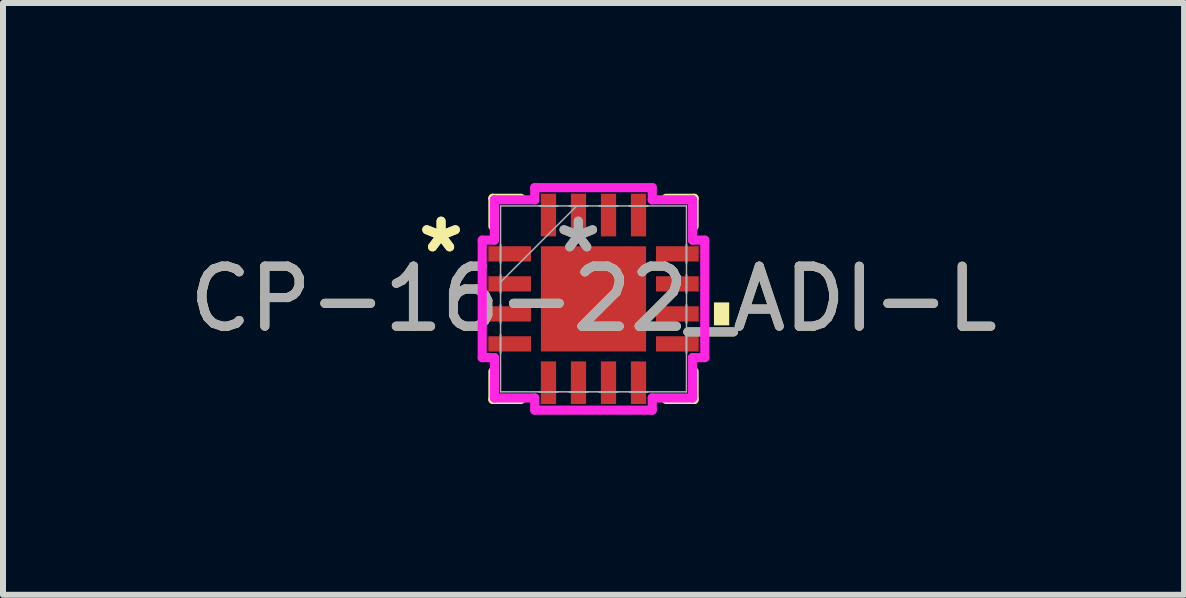
<source format=kicad_pcb>
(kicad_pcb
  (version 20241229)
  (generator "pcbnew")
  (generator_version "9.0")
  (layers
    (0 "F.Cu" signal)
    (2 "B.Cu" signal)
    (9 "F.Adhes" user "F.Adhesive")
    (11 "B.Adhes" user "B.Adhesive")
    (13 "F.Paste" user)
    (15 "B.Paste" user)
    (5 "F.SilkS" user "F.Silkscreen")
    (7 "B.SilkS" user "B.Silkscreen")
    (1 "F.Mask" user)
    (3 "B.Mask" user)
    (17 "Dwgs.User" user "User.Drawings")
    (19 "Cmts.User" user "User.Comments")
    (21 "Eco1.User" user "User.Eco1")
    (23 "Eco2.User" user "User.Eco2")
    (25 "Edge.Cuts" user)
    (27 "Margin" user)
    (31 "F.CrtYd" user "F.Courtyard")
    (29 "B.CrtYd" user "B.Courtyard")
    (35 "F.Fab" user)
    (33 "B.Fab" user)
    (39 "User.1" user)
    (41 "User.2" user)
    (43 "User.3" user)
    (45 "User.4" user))
  (footprint "CP-16-22_ADI-L"
    (layer "F.Cu")
    (at 6.839 1.93)
    (property "Reference" "CP-16-22_ADI-L" (at 0 0 0) (unlocked yes) (layer "F.SilkS") (effects (font (size 1 1) (thickness 0.15))))
    (attr smd)
    (fp_line (start -1.676 -1.676) (end -1.676 -1.21) (stroke (width 0.152) (type solid)) (layer "F.SilkS"))
    (fp_line (start -1.676 1.21) (end -1.676 1.676) (stroke (width 0.152) (type solid)) (layer "F.SilkS"))
    (fp_line (start -1.676 1.676) (end -1.21 1.676) (stroke (width 0.152) (type solid)) (layer "F.SilkS"))
    (fp_line (start -1.21 -1.676) (end -1.676 -1.676) (stroke (width 0.152) (type solid)) (layer "F.SilkS"))
    (fp_line (start 1.21 1.676) (end 1.676 1.676) (stroke (width 0.152) (type solid)) (layer "F.SilkS"))
    (fp_line (start 1.676 -1.676) (end 1.21 -1.676) (stroke (width 0.152) (type solid)) (layer "F.SilkS"))
    (fp_line (start 1.676 -1.21) (end 1.676 -1.676) (stroke (width 0.152) (type solid)) (layer "F.SilkS"))
    (fp_line (start 1.676 1.676) (end 1.676 1.21) (stroke (width 0.152) (type solid)) (layer "F.SilkS"))
    (fp_poly (pts (xy 2.261 0.059) (xy 2.261 0.441) (xy 2.007 0.441) (xy 2.007 0.059)) (stroke (width 0) (type solid)) (fill yes) (layer "F.SilkS"))
    (fp_line (start -1.854 -0.979) (end -1.651 -0.979) (stroke (width 0.152) (type solid)) (layer "F.CrtYd"))
    (fp_line (start -1.854 0.979) (end -1.854 -0.979) (stroke (width 0.152) (type solid)) (layer "F.CrtYd"))
    (fp_line (start -1.651 -1.651) (end -0.979 -1.651) (stroke (width 0.152) (type solid)) (layer "F.CrtYd"))
    (fp_line (start -1.651 -0.979) (end -1.651 -1.651) (stroke (width 0.152) (type solid)) (layer "F.CrtYd"))
    (fp_line (start -1.651 0.979) (end -1.854 0.979) (stroke (width 0.152) (type solid)) (layer "F.CrtYd"))
    (fp_line (start -1.651 1.651) (end -1.651 0.979) (stroke (width 0.152) (type solid)) (layer "F.CrtYd"))
    (fp_line (start -0.979 -1.854) (end 0.979 -1.854) (stroke (width 0.152) (type solid)) (layer "F.CrtYd"))
    (fp_line (start -0.979 -1.651) (end -0.979 -1.854) (stroke (width 0.152) (type solid)) (layer "F.CrtYd"))
    (fp_line (start -0.979 1.651) (end -1.651 1.651) (stroke (width 0.152) (type solid)) (layer "F.CrtYd"))
    (fp_line (start -0.979 1.854) (end -0.979 1.651) (stroke (width 0.152) (type solid)) (layer "F.CrtYd"))
    (fp_line (start 0.979 -1.854) (end 0.979 -1.651) (stroke (width 0.152) (type solid)) (layer "F.CrtYd"))
    (fp_line (start 0.979 -1.651) (end 1.651 -1.651) (stroke (width 0.152) (type solid)) (layer "F.CrtYd"))
    (fp_line (start 0.979 1.651) (end 0.979 1.854) (stroke (width 0.152) (type solid)) (layer "F.CrtYd"))
    (fp_line (start 0.979 1.854) (end -0.979 1.854) (stroke (width 0.152) (type solid)) (layer "F.CrtYd"))
    (fp_line (start 1.651 -1.651) (end 1.651 -0.979) (stroke (width 0.152) (type solid)) (layer "F.CrtYd"))
    (fp_line (start 1.651 -0.979) (end 1.854 -0.979) (stroke (width 0.152) (type solid)) (layer "F.CrtYd"))
    (fp_line (start 1.651 0.979) (end 1.651 1.651) (stroke (width 0.152) (type solid)) (layer "F.CrtYd"))
    (fp_line (start 1.651 1.651) (end 0.979 1.651) (stroke (width 0.152) (type solid)) (layer "F.CrtYd"))
    (fp_line (start 1.854 -0.979) (end 1.854 0.979) (stroke (width 0.152) (type solid)) (layer "F.CrtYd"))
    (fp_line (start 1.854 0.979) (end 1.651 0.979) (stroke (width 0.152) (type solid)) (layer "F.CrtYd"))
    (fp_line (start -1.549 -1.549) (end -1.549 1.549) (stroke (width 0.025) (type solid)) (layer "F.Fab"))
    (fp_line (start -1.549 -0.902) (end -1.549 -0.902) (stroke (width 0.025) (type solid)) (layer "F.Fab"))
    (fp_line (start -1.549 -0.902) (end -1.549 -0.598) (stroke (width 0.025) (type solid)) (layer "F.Fab"))
    (fp_line (start -1.549 -0.598) (end -1.549 -0.902) (stroke (width 0.025) (type solid)) (layer "F.Fab"))
    (fp_line (start -1.549 -0.598) (end -1.549 -0.598) (stroke (width 0.025) (type solid)) (layer "F.Fab"))
    (fp_line (start -1.549 -0.402) (end -1.549 -0.402) (stroke (width 0.025) (type solid)) (layer "F.Fab"))
    (fp_line (start -1.549 -0.402) (end -1.549 -0.098) (stroke (width 0.025) (type solid)) (layer "F.Fab"))
    (fp_line (start -1.549 -0.279) (end -0.279 -1.549) (stroke (width 0.025) (type solid)) (layer "F.Fab"))
    (fp_line (start -1.549 -0.098) (end -1.549 -0.402) (stroke (width 0.025) (type solid)) (layer "F.Fab"))
    (fp_line (start -1.549 -0.098) (end -1.549 -0.098) (stroke (width 0.025) (type solid)) (layer "F.Fab"))
    (fp_line (start -1.549 0.098) (end -1.549 0.098) (stroke (width 0.025) (type solid)) (layer "F.Fab"))
    (fp_line (start -1.549 0.098) (end -1.549 0.402) (stroke (width 0.025) (type solid)) (layer "F.Fab"))
    (fp_line (start -1.549 0.402) (end -1.549 0.098) (stroke (width 0.025) (type solid)) (layer "F.Fab"))
    (fp_line (start -1.549 0.402) (end -1.549 0.402) (stroke (width 0.025) (type solid)) (layer "F.Fab"))
    (fp_line (start -1.549 0.598) (end -1.549 0.598) (stroke (width 0.025) (type solid)) (layer "F.Fab"))
    (fp_line (start -1.549 0.598) (end -1.549 0.902) (stroke (width 0.025) (type solid)) (layer "F.Fab"))
    (fp_line (start -1.549 0.902) (end -1.549 0.598) (stroke (width 0.025) (type solid)) (layer "F.Fab"))
    (fp_line (start -1.549 0.902) (end -1.549 0.902) (stroke (width 0.025) (type solid)) (layer "F.Fab"))
    (fp_line (start -1.549 1.549) (end 1.549 1.549) (stroke (width 0.025) (type solid)) (layer "F.Fab"))
    (fp_line (start -0.902 -1.549) (end -0.902 -1.549) (stroke (width 0.025) (type solid)) (layer "F.Fab"))
    (fp_line (start -0.902 -1.549) (end -0.598 -1.549) (stroke (width 0.025) (type solid)) (layer "F.Fab"))
    (fp_line (start -0.902 1.549) (end -0.902 1.549) (stroke (width 0.025) (type solid)) (layer "F.Fab"))
    (fp_line (start -0.902 1.549) (end -0.598 1.549) (stroke (width 0.025) (type solid)) (layer "F.Fab"))
    (fp_line (start -0.598 -1.549) (end -0.902 -1.549) (stroke (width 0.025) (type solid)) (layer "F.Fab"))
    (fp_line (start -0.598 -1.549) (end -0.598 -1.549) (stroke (width 0.025) (type solid)) (layer "F.Fab"))
    (fp_line (start -0.598 1.549) (end -0.902 1.549) (stroke (width 0.025) (type solid)) (layer "F.Fab"))
    (fp_line (start -0.598 1.549) (end -0.598 1.549) (stroke (width 0.025) (type solid)) (layer "F.Fab"))
    (fp_line (start -0.402 -1.549) (end -0.402 -1.549) (stroke (width 0.025) (type solid)) (layer "F.Fab"))
    (fp_line (start -0.402 -1.549) (end -0.098 -1.549) (stroke (width 0.025) (type solid)) (layer "F.Fab"))
    (fp_line (start -0.402 1.549) (end -0.402 1.549) (stroke (width 0.025) (type solid)) (layer "F.Fab"))
    (fp_line (start -0.402 1.549) (end -0.098 1.549) (stroke (width 0.025) (type solid)) (layer "F.Fab"))
    (fp_line (start -0.098 -1.549) (end -0.402 -1.549) (stroke (width 0.025) (type solid)) (layer "F.Fab"))
    (fp_line (start -0.098 -1.549) (end -0.098 -1.549) (stroke (width 0.025) (type solid)) (layer "F.Fab"))
    (fp_line (start -0.098 1.549) (end -0.402 1.549) (stroke (width 0.025) (type solid)) (layer "F.Fab"))
    (fp_line (start -0.098 1.549) (end -0.098 1.549) (stroke (width 0.025) (type solid)) (layer "F.Fab"))
    (fp_line (start 0.098 -1.549) (end 0.098 -1.549) (stroke (width 0.025) (type solid)) (layer "F.Fab"))
    (fp_line (start 0.098 -1.549) (end 0.402 -1.549) (stroke (width 0.025) (type solid)) (layer "F.Fab"))
    (fp_line (start 0.098 1.549) (end 0.098 1.549) (stroke (width 0.025) (type solid)) (layer "F.Fab"))
    (fp_line (start 0.098 1.549) (end 0.402 1.549) (stroke (width 0.025) (type solid)) (layer "F.Fab"))
    (fp_line (start 0.402 -1.549) (end 0.098 -1.549) (stroke (width 0.025) (type solid)) (layer "F.Fab"))
    (fp_line (start 0.402 -1.549) (end 0.402 -1.549) (stroke (width 0.025) (type solid)) (layer "F.Fab"))
    (fp_line (start 0.402 1.549) (end 0.098 1.549) (stroke (width 0.025) (type solid)) (layer "F.Fab"))
    (fp_line (start 0.402 1.549) (end 0.402 1.549) (stroke (width 0.025) (type solid)) (layer "F.Fab"))
    (fp_line (start 0.598 -1.549) (end 0.598 -1.549) (stroke (width 0.025) (type solid)) (layer "F.Fab"))
    (fp_line (start 0.598 -1.549) (end 0.902 -1.549) (stroke (width 0.025) (type solid)) (layer "F.Fab"))
    (fp_line (start 0.598 1.549) (end 0.598 1.549) (stroke (width 0.025) (type solid)) (layer "F.Fab"))
    (fp_line (start 0.598 1.549) (end 0.902 1.549) (stroke (width 0.025) (type solid)) (layer "F.Fab"))
    (fp_line (start 0.902 -1.549) (end 0.598 -1.549) (stroke (width 0.025) (type solid)) (layer "F.Fab"))
    (fp_line (start 0.902 -1.549) (end 0.902 -1.549) (stroke (width 0.025) (type solid)) (layer "F.Fab"))
    (fp_line (start 0.902 1.549) (end 0.598 1.549) (stroke (width 0.025) (type solid)) (layer "F.Fab"))
    (fp_line (start 0.902 1.549) (end 0.902 1.549) (stroke (width 0.025) (type solid)) (layer "F.Fab"))
    (fp_line (start 1.549 -1.549) (end -1.549 -1.549) (stroke (width 0.025) (type solid)) (layer "F.Fab"))
    (fp_line (start 1.549 -0.902) (end 1.549 -0.902) (stroke (width 0.025) (type solid)) (layer "F.Fab"))
    (fp_line (start 1.549 -0.902) (end 1.549 -0.598) (stroke (width 0.025) (type solid)) (layer "F.Fab"))
    (fp_line (start 1.549 -0.598) (end 1.549 -0.902) (stroke (width 0.025) (type solid)) (layer "F.Fab"))
    (fp_line (start 1.549 -0.598) (end 1.549 -0.598) (stroke (width 0.025) (type solid)) (layer "F.Fab"))
    (fp_line (start 1.549 -0.402) (end 1.549 -0.402) (stroke (width 0.025) (type solid)) (layer "F.Fab"))
    (fp_line (start 1.549 -0.402) (end 1.549 -0.098) (stroke (width 0.025) (type solid)) (layer "F.Fab"))
    (fp_line (start 1.549 -0.098) (end 1.549 -0.402) (stroke (width 0.025) (type solid)) (layer "F.Fab"))
    (fp_line (start 1.549 -0.098) (end 1.549 -0.098) (stroke (width 0.025) (type solid)) (layer "F.Fab"))
    (fp_line (start 1.549 0.098) (end 1.549 0.098) (stroke (width 0.025) (type solid)) (layer "F.Fab"))
    (fp_line (start 1.549 0.098) (end 1.549 0.402) (stroke (width 0.025) (type solid)) (layer "F.Fab"))
    (fp_line (start 1.549 0.402) (end 1.549 0.098) (stroke (width 0.025) (type solid)) (layer "F.Fab"))
    (fp_line (start 1.549 0.402) (end 1.549 0.402) (stroke (width 0.025) (type solid)) (layer "F.Fab"))
    (fp_line (start 1.549 0.598) (end 1.549 0.598) (stroke (width 0.025) (type solid)) (layer "F.Fab"))
    (fp_line (start 1.549 0.598) (end 1.549 0.902) (stroke (width 0.025) (type solid)) (layer "F.Fab"))
    (fp_line (start 1.549 0.902) (end 1.549 0.598) (stroke (width 0.025) (type solid)) (layer "F.Fab"))
    (fp_line (start 1.549 0.902) (end 1.549 0.902) (stroke (width 0.025) (type solid)) (layer "F.Fab"))
    (fp_line (start 1.549 1.549) (end 1.549 -1.549) (stroke (width 0.025) (type solid)) (layer "F.Fab"))
    (fp_text user "*" (at -2.54 -0.75 0) (layer "F.SilkS") (effects (font (size 1 1) (thickness 0.15))))
    (fp_text user "*" (at -2.54 -0.75 0) (unlocked yes) (layer "F.SilkS") (effects (font (size 1 1) (thickness 0.15))))
    (fp_text user "*" (at -0.254 -0.75 0) (unlocked yes) (layer "F.Fab") (effects (font (size 1 1) (thickness 0.15))))
    (fp_text user "*" (at -0.254 -0.75 0) (layer "F.Fab") (effects (font (size 1 1) (thickness 0.15))))
    (fp_text user "${REFERENCE}" (at 0 0 0) (unlocked yes) (layer "F.Fab") (effects (font (size 1 1) (thickness 0.15))))
    (pad "1" smd rect (at -1.397 -0.75 90) (size 0.254 0.711) (layers "F.Cu" "F.Mask" "F.Paste"))
    (pad "2" smd rect (at -1.397 -0.25 90) (size 0.254 0.711) (layers "F.Cu" "F.Mask" "F.Paste"))
    (pad "3" smd rect (at -1.397 0.25 90) (size 0.254 0.711) (layers "F.Cu" "F.Mask" "F.Paste"))
    (pad "4" smd rect (at -1.397 0.75 90) (size 0.254 0.711) (layers "F.Cu" "F.Mask" "F.Paste"))
    (pad "5" smd rect (at -0.75 1.397) (size 0.254 0.711) (layers "F.Cu" "F.Mask" "F.Paste"))
    (pad "6" smd rect (at -0.25 1.397) (size 0.254 0.711) (layers "F.Cu" "F.Mask" "F.Paste"))
    (pad "7" smd rect (at 0.25 1.397) (size 0.254 0.711) (layers "F.Cu" "F.Mask" "F.Paste"))
    (pad "8" smd rect (at 0.75 1.397) (size 0.254 0.711) (layers "F.Cu" "F.Mask" "F.Paste"))
    (pad "9" smd rect (at 1.397 0.75 90) (size 0.254 0.711) (layers "F.Cu" "F.Mask" "F.Paste"))
    (pad "10" smd rect (at 1.397 0.25 90) (size 0.254 0.711) (layers "F.Cu" "F.Mask" "F.Paste"))
    (pad "11" smd rect (at 1.397 -0.25 90) (size 0.254 0.711) (layers "F.Cu" "F.Mask" "F.Paste"))
    (pad "12" smd rect (at 1.397 -0.75 90) (size 0.254 0.711) (layers "F.Cu" "F.Mask" "F.Paste"))
    (pad "13" smd rect (at 0.75 -1.397) (size 0.254 0.711) (layers "F.Cu" "F.Mask" "F.Paste"))
    (pad "14" smd rect (at 0.25 -1.397) (size 0.254 0.711) (layers "F.Cu" "F.Mask" "F.Paste"))
    (pad "15" smd rect (at -0.25 -1.397) (size 0.254 0.711) (layers "F.Cu" "F.Mask" "F.Paste"))
    (pad "16" smd rect (at -0.75 -1.397) (size 0.254 0.711) (layers "F.Cu" "F.Mask" "F.Paste"))
    (pad "17" smd rect (at 0 0) (size 1.753 1.753) (layers "F.Cu" "F.Mask" "F.Paste")))
  (gr_rect
    (start -3 -3)
    (end 16.679 6.861)
    (stroke (width 0.1) (type default))
    (fill no)
    (layer "Edge.Cuts")))
</source>
